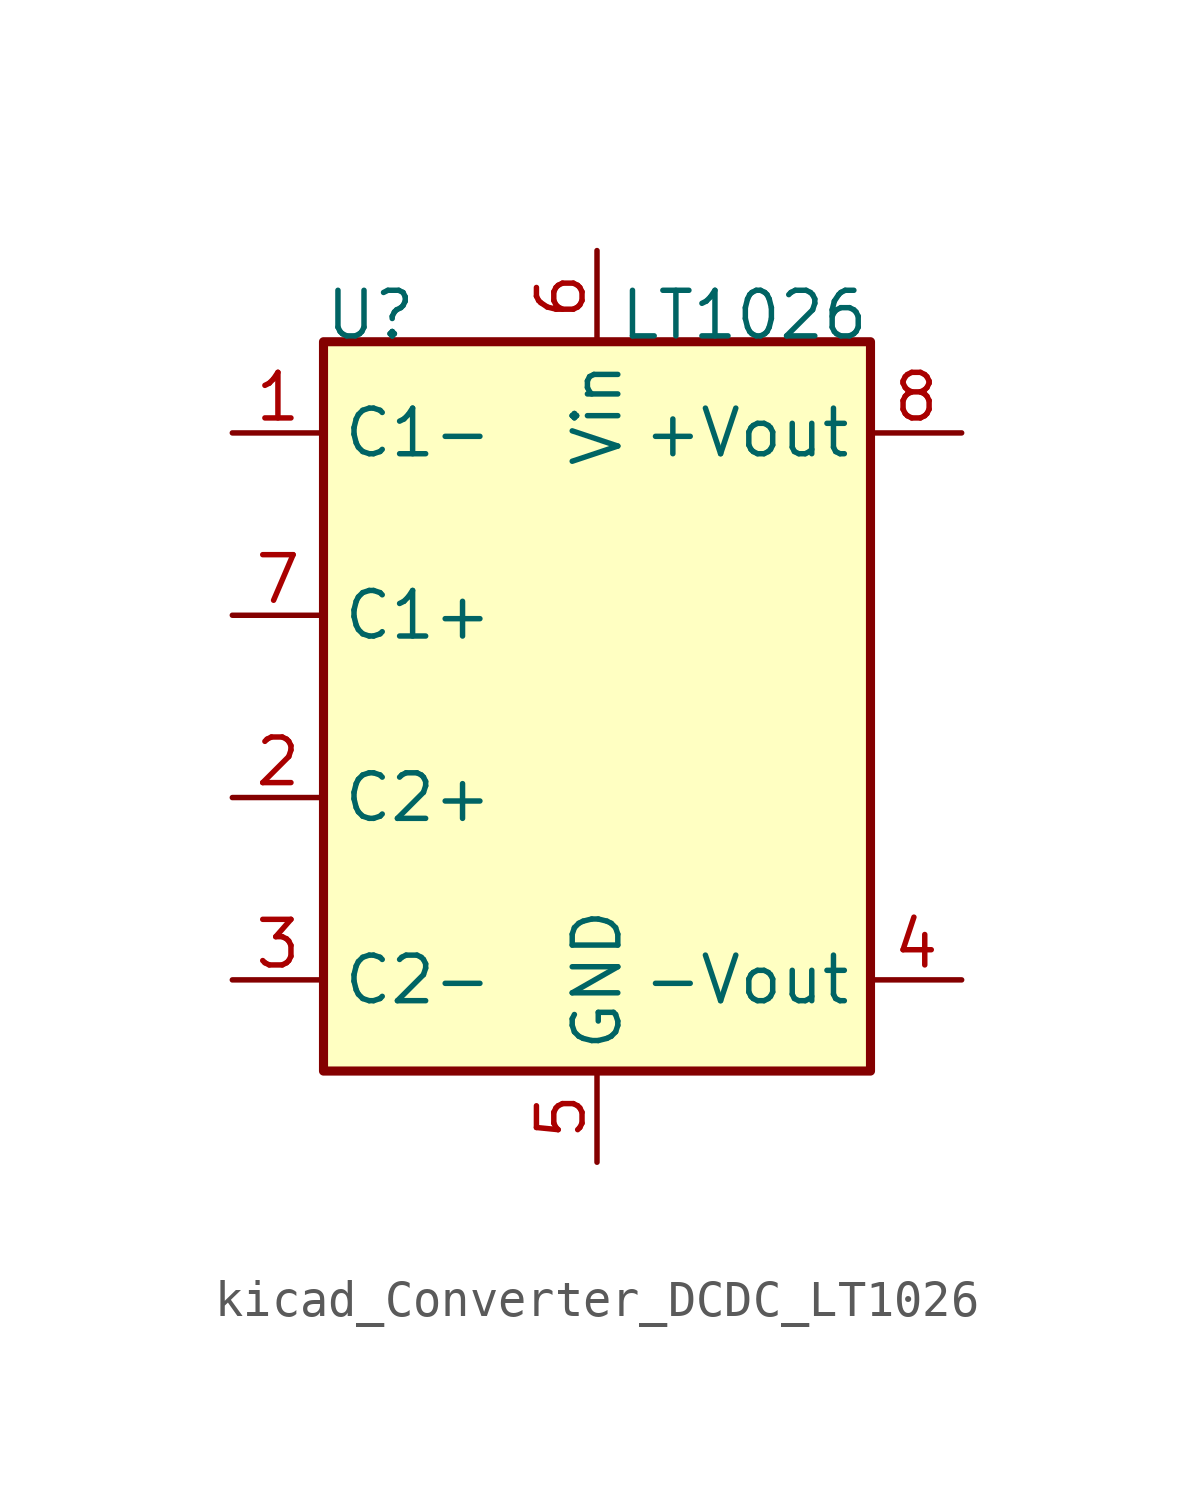
<source format=kicad_sym>
(kicad_symbol_lib
  (version 20220914)
  (generator kicad_symbol_editor)
  (symbol "kicad_Converter_DCDC_LT1026"
    (property "Reference" "U"
      (at -7.62 10.16 0)
      (effects (font (size 1.27 1.27)) (justify left bottom)))
    (property "Value" "LT1026"
      (at 7.62 10.16 0)
      (effects (font (size 1.27 1.27)) (justify right bottom)))
    (symbol "kicad_Converter_DCDC_LT1026_0_1"
      (rectangle (start -7.62 10.16) (end 7.62 -10.16) (stroke (width 0.254) (type default)) (fill (type background))))
    (symbol "kicad_Converter_DCDC_LT1026_1_1"
      (pin passive line (at -10.16 7.62 0) (length 2.54) (name "C1-" (effects (font (size 1.27 1.27)))) (number "1" (effects (font (size 1.27 1.27)))))
      (pin passive line (at -10.16 -2.54 0) (length 2.54) (name "C2+" (effects (font (size 1.27 1.27)))) (number "2" (effects (font (size 1.27 1.27)))))
      (pin passive line (at -10.16 -7.62 0) (length 2.54) (name "C2-" (effects (font (size 1.27 1.27)))) (number "3" (effects (font (size 1.27 1.27)))))
      (pin power_out line (at 10.16 -7.62 180) (length 2.54) (name "-Vout" (effects (font (size 1.27 1.27)))) (number "4" (effects (font (size 1.27 1.27)))))
      (pin power_in line (at 0 -12.7 90) (length 2.54) (name "GND" (effects (font (size 1.27 1.27)))) (number "5" (effects (font (size 1.27 1.27)))))
      (pin power_in line (at 0 12.7 270) (length 2.54) (name "Vin" (effects (font (size 1.27 1.27)))) (number "6" (effects (font (size 1.27 1.27)))))
      (pin passive line (at -10.16 2.54 0) (length 2.54) (name "C1+" (effects (font (size 1.27 1.27)))) (number "7" (effects (font (size 1.27 1.27)))))
      (pin power_out line (at 10.16 7.62 180) (length 2.54) (name "+Vout" (effects (font (size 1.27 1.27)))) (number "8" (effects (font (size 1.27 1.27))))))))
</source>
